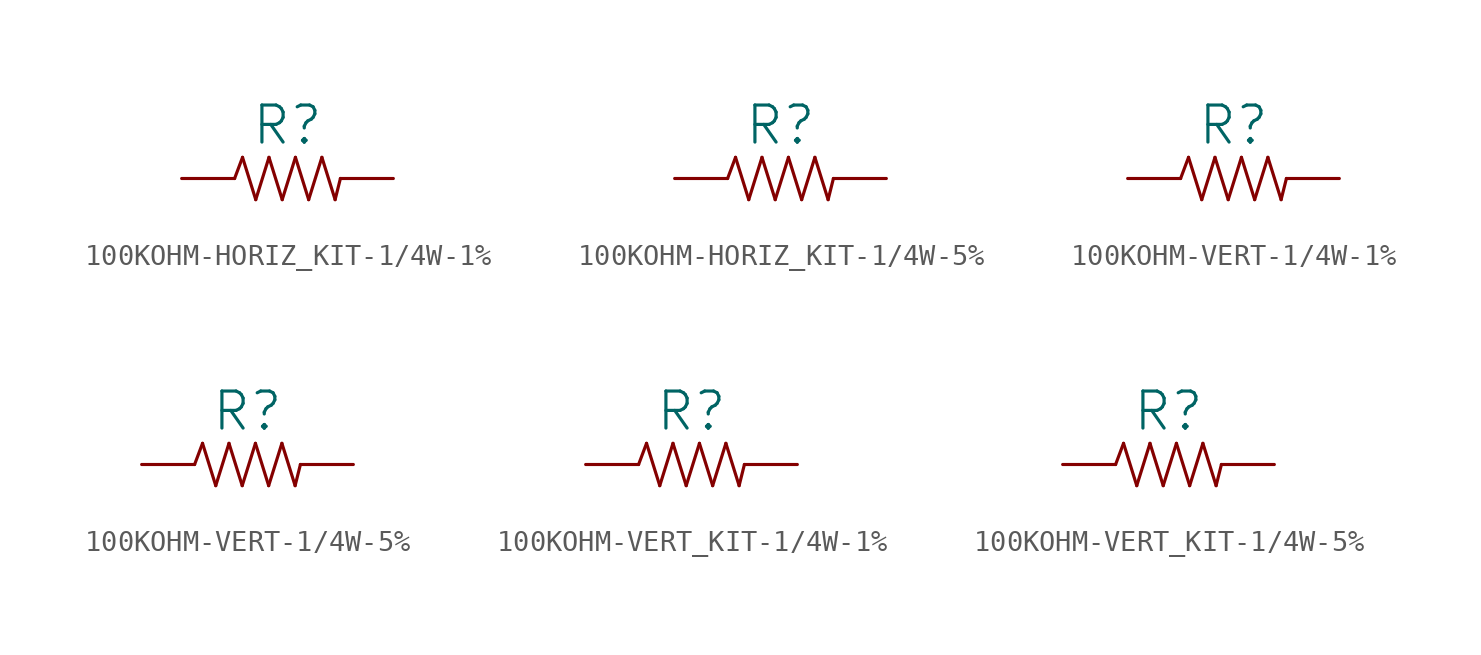
<source format=kicad_sym>
(kicad_symbol_lib
  (version 20220914)
  (generator kicad_symbol_editor)
  (symbol "100KOHM-HORIZ_KIT-1/4W-1%"
    (property "Reference" "R"
      (at 0 1.524 0)
      (effects (font (size 1.778 1.778)) (justify bottom)))
    (property "Value" ""
      (at 0 -1.524 0)
      (effects (font (size 1.778 1.778)) (justify top)))
    (property "ki_locked" ""
      (at 0 0 0)
      (effects (font (size 1.27 1.27))))
    (symbol "100KOHM-HORIZ_KIT-1/4W-1%_1_0"
      (polyline (pts (xy -2.54 0) (xy -2.159 1.016)) (stroke (width 0.152) (type solid)) (fill (type none)))
      (polyline (pts (xy -2.159 1.016) (xy -1.524 -1.016)) (stroke (width 0.152) (type solid)) (fill (type none)))
      (polyline (pts (xy -1.524 -1.016) (xy -0.889 1.016)) (stroke (width 0.152) (type solid)) (fill (type none)))
      (polyline (pts (xy -0.889 1.016) (xy -0.254 -1.016)) (stroke (width 0.152) (type solid)) (fill (type none)))
      (polyline (pts (xy -0.254 -1.016) (xy 0.381 1.016)) (stroke (width 0.152) (type solid)) (fill (type none)))
      (polyline (pts (xy 0.381 1.016) (xy 1.016 -1.016)) (stroke (width 0.152) (type solid)) (fill (type none)))
      (polyline (pts (xy 1.016 -1.016) (xy 1.651 1.016)) (stroke (width 0.152) (type solid)) (fill (type none)))
      (polyline (pts (xy 1.651 1.016) (xy 2.286 -1.016)) (stroke (width 0.152) (type solid)) (fill (type none)))
      (polyline (pts (xy 2.286 -1.016) (xy 2.54 0)) (stroke (width 0.152) (type solid)) (fill (type none)))
      (pin passive line (at -5.08 0 0) (length 2.54) (name "1" (effects (font (size 0 0)))) (number "P$1" (effects (font (size 0 0)))))
      (pin passive line (at 5.08 0 180) (length 2.54) (name "2" (effects (font (size 0 0)))) (number "P$2" (effects (font (size 0 0)))))))
  (symbol "100KOHM-HORIZ_KIT-1/4W-5%"
    (property "Reference" "R"
      (at 0 1.524 0)
      (effects (font (size 1.778 1.778)) (justify bottom)))
    (property "Value" ""
      (at 0 -1.524 0)
      (effects (font (size 1.778 1.778)) (justify top)))
    (property "ki_locked" ""
      (at 0 0 0)
      (effects (font (size 1.27 1.27))))
    (symbol "100KOHM-HORIZ_KIT-1/4W-5%_1_0"
      (polyline (pts (xy -2.54 0) (xy -2.159 1.016)) (stroke (width 0.152) (type solid)) (fill (type none)))
      (polyline (pts (xy -2.159 1.016) (xy -1.524 -1.016)) (stroke (width 0.152) (type solid)) (fill (type none)))
      (polyline (pts (xy -1.524 -1.016) (xy -0.889 1.016)) (stroke (width 0.152) (type solid)) (fill (type none)))
      (polyline (pts (xy -0.889 1.016) (xy -0.254 -1.016)) (stroke (width 0.152) (type solid)) (fill (type none)))
      (polyline (pts (xy -0.254 -1.016) (xy 0.381 1.016)) (stroke (width 0.152) (type solid)) (fill (type none)))
      (polyline (pts (xy 0.381 1.016) (xy 1.016 -1.016)) (stroke (width 0.152) (type solid)) (fill (type none)))
      (polyline (pts (xy 1.016 -1.016) (xy 1.651 1.016)) (stroke (width 0.152) (type solid)) (fill (type none)))
      (polyline (pts (xy 1.651 1.016) (xy 2.286 -1.016)) (stroke (width 0.152) (type solid)) (fill (type none)))
      (polyline (pts (xy 2.286 -1.016) (xy 2.54 0)) (stroke (width 0.152) (type solid)) (fill (type none)))
      (pin passive line (at -5.08 0 0) (length 2.54) (name "1" (effects (font (size 0 0)))) (number "P$1" (effects (font (size 0 0)))))
      (pin passive line (at 5.08 0 180) (length 2.54) (name "2" (effects (font (size 0 0)))) (number "P$2" (effects (font (size 0 0)))))))
  (symbol "100KOHM-VERT-1/4W-1%"
    (property "Reference" "R"
      (at 0 1.524 0)
      (effects (font (size 1.778 1.778)) (justify bottom)))
    (property "Value" ""
      (at 0 -1.524 0)
      (effects (font (size 1.778 1.778)) (justify top)))
    (property "ki_locked" ""
      (at 0 0 0)
      (effects (font (size 1.27 1.27))))
    (symbol "100KOHM-VERT-1/4W-1%_1_0"
      (polyline (pts (xy -2.54 0) (xy -2.159 1.016)) (stroke (width 0.152) (type solid)) (fill (type none)))
      (polyline (pts (xy -2.159 1.016) (xy -1.524 -1.016)) (stroke (width 0.152) (type solid)) (fill (type none)))
      (polyline (pts (xy -1.524 -1.016) (xy -0.889 1.016)) (stroke (width 0.152) (type solid)) (fill (type none)))
      (polyline (pts (xy -0.889 1.016) (xy -0.254 -1.016)) (stroke (width 0.152) (type solid)) (fill (type none)))
      (polyline (pts (xy -0.254 -1.016) (xy 0.381 1.016)) (stroke (width 0.152) (type solid)) (fill (type none)))
      (polyline (pts (xy 0.381 1.016) (xy 1.016 -1.016)) (stroke (width 0.152) (type solid)) (fill (type none)))
      (polyline (pts (xy 1.016 -1.016) (xy 1.651 1.016)) (stroke (width 0.152) (type solid)) (fill (type none)))
      (polyline (pts (xy 1.651 1.016) (xy 2.286 -1.016)) (stroke (width 0.152) (type solid)) (fill (type none)))
      (polyline (pts (xy 2.286 -1.016) (xy 2.54 0)) (stroke (width 0.152) (type solid)) (fill (type none)))
      (pin passive line (at -5.08 0 0) (length 2.54) (name "1" (effects (font (size 0 0)))) (number "P$1" (effects (font (size 0 0)))))
      (pin passive line (at 5.08 0 180) (length 2.54) (name "2" (effects (font (size 0 0)))) (number "P$2" (effects (font (size 0 0)))))))
  (symbol "100KOHM-VERT-1/4W-5%"
    (property "Reference" "R"
      (at 0 1.524 0)
      (effects (font (size 1.778 1.778)) (justify bottom)))
    (property "Value" ""
      (at 0 -1.524 0)
      (effects (font (size 1.778 1.778)) (justify top)))
    (property "ki_locked" ""
      (at 0 0 0)
      (effects (font (size 1.27 1.27))))
    (symbol "100KOHM-VERT-1/4W-5%_1_0"
      (polyline (pts (xy -2.54 0) (xy -2.159 1.016)) (stroke (width 0.152) (type solid)) (fill (type none)))
      (polyline (pts (xy -2.159 1.016) (xy -1.524 -1.016)) (stroke (width 0.152) (type solid)) (fill (type none)))
      (polyline (pts (xy -1.524 -1.016) (xy -0.889 1.016)) (stroke (width 0.152) (type solid)) (fill (type none)))
      (polyline (pts (xy -0.889 1.016) (xy -0.254 -1.016)) (stroke (width 0.152) (type solid)) (fill (type none)))
      (polyline (pts (xy -0.254 -1.016) (xy 0.381 1.016)) (stroke (width 0.152) (type solid)) (fill (type none)))
      (polyline (pts (xy 0.381 1.016) (xy 1.016 -1.016)) (stroke (width 0.152) (type solid)) (fill (type none)))
      (polyline (pts (xy 1.016 -1.016) (xy 1.651 1.016)) (stroke (width 0.152) (type solid)) (fill (type none)))
      (polyline (pts (xy 1.651 1.016) (xy 2.286 -1.016)) (stroke (width 0.152) (type solid)) (fill (type none)))
      (polyline (pts (xy 2.286 -1.016) (xy 2.54 0)) (stroke (width 0.152) (type solid)) (fill (type none)))
      (pin passive line (at -5.08 0 0) (length 2.54) (name "1" (effects (font (size 0 0)))) (number "P$1" (effects (font (size 0 0)))))
      (pin passive line (at 5.08 0 180) (length 2.54) (name "2" (effects (font (size 0 0)))) (number "P$2" (effects (font (size 0 0)))))))
  (symbol "100KOHM-VERT_KIT-1/4W-1%"
    (property "Reference" "R"
      (at 0 1.524 0)
      (effects (font (size 1.778 1.778)) (justify bottom)))
    (property "Value" ""
      (at 0 -1.524 0)
      (effects (font (size 1.778 1.778)) (justify top)))
    (property "ki_locked" ""
      (at 0 0 0)
      (effects (font (size 1.27 1.27))))
    (symbol "100KOHM-VERT_KIT-1/4W-1%_1_0"
      (polyline (pts (xy -2.54 0) (xy -2.159 1.016)) (stroke (width 0.152) (type solid)) (fill (type none)))
      (polyline (pts (xy -2.159 1.016) (xy -1.524 -1.016)) (stroke (width 0.152) (type solid)) (fill (type none)))
      (polyline (pts (xy -1.524 -1.016) (xy -0.889 1.016)) (stroke (width 0.152) (type solid)) (fill (type none)))
      (polyline (pts (xy -0.889 1.016) (xy -0.254 -1.016)) (stroke (width 0.152) (type solid)) (fill (type none)))
      (polyline (pts (xy -0.254 -1.016) (xy 0.381 1.016)) (stroke (width 0.152) (type solid)) (fill (type none)))
      (polyline (pts (xy 0.381 1.016) (xy 1.016 -1.016)) (stroke (width 0.152) (type solid)) (fill (type none)))
      (polyline (pts (xy 1.016 -1.016) (xy 1.651 1.016)) (stroke (width 0.152) (type solid)) (fill (type none)))
      (polyline (pts (xy 1.651 1.016) (xy 2.286 -1.016)) (stroke (width 0.152) (type solid)) (fill (type none)))
      (polyline (pts (xy 2.286 -1.016) (xy 2.54 0)) (stroke (width 0.152) (type solid)) (fill (type none)))
      (pin passive line (at -5.08 0 0) (length 2.54) (name "1" (effects (font (size 0 0)))) (number "P$1" (effects (font (size 0 0)))))
      (pin passive line (at 5.08 0 180) (length 2.54) (name "2" (effects (font (size 0 0)))) (number "P$2" (effects (font (size 0 0)))))))
  (symbol "100KOHM-VERT_KIT-1/4W-5%"
    (property "Reference" "R"
      (at 0 1.524 0)
      (effects (font (size 1.778 1.778)) (justify bottom)))
    (property "Value" ""
      (at 0 -1.524 0)
      (effects (font (size 1.778 1.778)) (justify top)))
    (property "ki_locked" ""
      (at 0 0 0)
      (effects (font (size 1.27 1.27))))
    (symbol "100KOHM-VERT_KIT-1/4W-5%_1_0"
      (polyline (pts (xy -2.54 0) (xy -2.159 1.016)) (stroke (width 0.152) (type solid)) (fill (type none)))
      (polyline (pts (xy -2.159 1.016) (xy -1.524 -1.016)) (stroke (width 0.152) (type solid)) (fill (type none)))
      (polyline (pts (xy -1.524 -1.016) (xy -0.889 1.016)) (stroke (width 0.152) (type solid)) (fill (type none)))
      (polyline (pts (xy -0.889 1.016) (xy -0.254 -1.016)) (stroke (width 0.152) (type solid)) (fill (type none)))
      (polyline (pts (xy -0.254 -1.016) (xy 0.381 1.016)) (stroke (width 0.152) (type solid)) (fill (type none)))
      (polyline (pts (xy 0.381 1.016) (xy 1.016 -1.016)) (stroke (width 0.152) (type solid)) (fill (type none)))
      (polyline (pts (xy 1.016 -1.016) (xy 1.651 1.016)) (stroke (width 0.152) (type solid)) (fill (type none)))
      (polyline (pts (xy 1.651 1.016) (xy 2.286 -1.016)) (stroke (width 0.152) (type solid)) (fill (type none)))
      (polyline (pts (xy 2.286 -1.016) (xy 2.54 0)) (stroke (width 0.152) (type solid)) (fill (type none)))
      (pin passive line (at -5.08 0 0) (length 2.54) (name "1" (effects (font (size 0 0)))) (number "P$1" (effects (font (size 0 0)))))
      (pin passive line (at 5.08 0 180) (length 2.54) (name "2" (effects (font (size 0 0)))) (number "P$2" (effects (font (size 0 0))))))))
</source>
